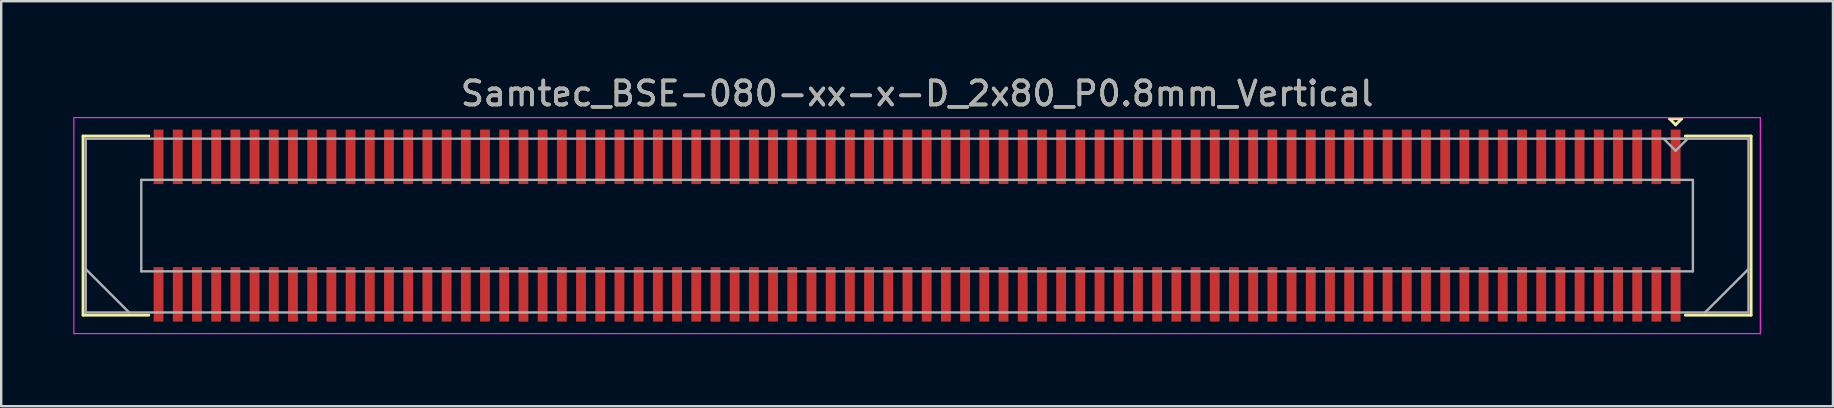
<source format=kicad_pcb>
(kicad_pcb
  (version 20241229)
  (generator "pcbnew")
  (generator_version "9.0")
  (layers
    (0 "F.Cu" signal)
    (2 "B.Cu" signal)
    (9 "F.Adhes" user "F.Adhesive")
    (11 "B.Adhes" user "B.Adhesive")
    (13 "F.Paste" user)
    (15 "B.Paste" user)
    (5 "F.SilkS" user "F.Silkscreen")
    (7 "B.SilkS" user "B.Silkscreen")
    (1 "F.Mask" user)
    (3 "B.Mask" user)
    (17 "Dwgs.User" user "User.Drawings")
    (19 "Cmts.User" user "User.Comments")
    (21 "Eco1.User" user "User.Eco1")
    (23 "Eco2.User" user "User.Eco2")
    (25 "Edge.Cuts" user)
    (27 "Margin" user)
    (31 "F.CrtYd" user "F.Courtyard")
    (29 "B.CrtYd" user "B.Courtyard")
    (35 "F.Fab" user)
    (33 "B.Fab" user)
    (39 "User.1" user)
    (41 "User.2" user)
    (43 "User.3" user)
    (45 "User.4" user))
  (footprint "Samtec_BSE-080-xx-x-D_2x80_P0.8mm_Vertical"
    (layer "F.Cu")
    (at 35.155 6.348)
    (property "Reference" "Samtec_BSE-080-xx-x-D_2x80_P0.8mm_Vertical" (at 0 -5.5 0) (layer "F.SilkS") (effects (font (size 1 1) (thickness 0.15))))
    (attr smd)
    (fp_line (start -34.745 -3.73) (end -32.005 -3.73) (stroke (width 0.12) (type solid)) (layer "F.SilkS"))
    (fp_line (start -34.745 3.73) (end -34.745 -3.73) (stroke (width 0.12) (type solid)) (layer "F.SilkS"))
    (fp_line (start -32.005 3.73) (end -34.745 3.73) (stroke (width 0.12) (type solid)) (layer "F.SilkS"))
    (fp_line (start 31.35 -4.45) (end 31.85 -4.45) (stroke (width 0.12) (type solid)) (layer "F.SilkS"))
    (fp_line (start 31.6 -4.2) (end 31.35 -4.45) (stroke (width 0.12) (type solid)) (layer "F.SilkS"))
    (fp_line (start 31.85 -4.45) (end 31.6 -4.2) (stroke (width 0.12) (type solid)) (layer "F.SilkS"))
    (fp_line (start 32.005 3.73) (end 34.745 3.73) (stroke (width 0.12) (type solid)) (layer "F.SilkS"))
    (fp_line (start 34.745 -3.73) (end 32.005 -3.73) (stroke (width 0.12) (type solid)) (layer "F.SilkS"))
    (fp_line (start 34.745 3.73) (end 34.745 -3.73) (stroke (width 0.12) (type solid)) (layer "F.SilkS"))
    (fp_line (start -35.13 -4.5) (end -35.13 4.5) (stroke (width 0.05) (type solid)) (layer "F.CrtYd"))
    (fp_line (start -35.13 4.5) (end 35.13 4.5) (stroke (width 0.05) (type solid)) (layer "F.CrtYd"))
    (fp_line (start 35.13 -4.5) (end -35.13 -4.5) (stroke (width 0.05) (type solid)) (layer "F.CrtYd"))
    (fp_line (start 35.13 4.5) (end 35.13 -4.5) (stroke (width 0.05) (type solid)) (layer "F.CrtYd"))
    (fp_line (start -34.635 -3.62) (end -34.635 3.62) (stroke (width 0.1) (type solid)) (layer "F.Fab"))
    (fp_line (start -34.635 1.81) (end -32.825 3.62) (stroke (width 0.1) (type solid)) (layer "F.Fab"))
    (fp_line (start -34.635 3.62) (end 34.635 3.62) (stroke (width 0.1) (type solid)) (layer "F.Fab"))
    (fp_line (start -32.32 -1.905) (end -32.32 1.905) (stroke (width 0.1) (type solid)) (layer "F.Fab"))
    (fp_line (start -32.32 1.905) (end 32.32 1.905) (stroke (width 0.1) (type solid)) (layer "F.Fab"))
    (fp_line (start 31.6 -3.12) (end 31.1 -3.62) (stroke (width 0.1) (type solid)) (layer "F.Fab"))
    (fp_line (start 32.1 -3.62) (end 31.6 -3.12) (stroke (width 0.1) (type solid)) (layer "F.Fab"))
    (fp_line (start 32.32 -1.905) (end -32.32 -1.905) (stroke (width 0.1) (type solid)) (layer "F.Fab"))
    (fp_line (start 32.32 1.905) (end 32.32 -1.905) (stroke (width 0.1) (type solid)) (layer "F.Fab"))
    (fp_line (start 34.635 -3.62) (end -34.635 -3.62) (stroke (width 0.1) (type solid)) (layer "F.Fab"))
    (fp_line (start 34.635 1.81) (end 32.825 3.62) (stroke (width 0.1) (type solid)) (layer "F.Fab"))
    (fp_line (start 34.635 3.62) (end 34.635 -3.62) (stroke (width 0.1) (type solid)) (layer "F.Fab"))
    (fp_text user "${REFERENCE}" (at 0 -5.5 0) (layer "F.Fab") (effects (font (size 1 1) (thickness 0.15))))
    (pad "1" smd rect (at 31.6 -2.865) (size 0.41 2.27) (layers "F.Cu" "F.Mask" "F.Paste"))
    (pad "2" smd rect (at 31.6 2.865) (size 0.41 2.27) (layers "F.Cu" "F.Mask" "F.Paste"))
    (pad "3" smd rect (at 30.8 -2.865) (size 0.41 2.27) (layers "F.Cu" "F.Mask" "F.Paste"))
    (pad "4" smd rect (at 30.8 2.865) (size 0.41 2.27) (layers "F.Cu" "F.Mask" "F.Paste"))
    (pad "5" smd rect (at 30 -2.865) (size 0.41 2.27) (layers "F.Cu" "F.Mask" "F.Paste"))
    (pad "6" smd rect (at 30 2.865) (size 0.41 2.27) (layers "F.Cu" "F.Mask" "F.Paste"))
    (pad "7" smd rect (at 29.2 -2.865) (size 0.41 2.27) (layers "F.Cu" "F.Mask" "F.Paste"))
    (pad "8" smd rect (at 29.2 2.865) (size 0.41 2.27) (layers "F.Cu" "F.Mask" "F.Paste"))
    (pad "9" smd rect (at 28.4 -2.865) (size 0.41 2.27) (layers "F.Cu" "F.Mask" "F.Paste"))
    (pad "10" smd rect (at 28.4 2.865) (size 0.41 2.27) (layers "F.Cu" "F.Mask" "F.Paste"))
    (pad "11" smd rect (at 27.6 -2.865) (size 0.41 2.27) (layers "F.Cu" "F.Mask" "F.Paste"))
    (pad "12" smd rect (at 27.6 2.865) (size 0.41 2.27) (layers "F.Cu" "F.Mask" "F.Paste"))
    (pad "13" smd rect (at 26.8 -2.865) (size 0.41 2.27) (layers "F.Cu" "F.Mask" "F.Paste"))
    (pad "14" smd rect (at 26.8 2.865) (size 0.41 2.27) (layers "F.Cu" "F.Mask" "F.Paste"))
    (pad "15" smd rect (at 26 -2.865) (size 0.41 2.27) (layers "F.Cu" "F.Mask" "F.Paste"))
    (pad "16" smd rect (at 26 2.865) (size 0.41 2.27) (layers "F.Cu" "F.Mask" "F.Paste"))
    (pad "17" smd rect (at 25.2 -2.865) (size 0.41 2.27) (layers "F.Cu" "F.Mask" "F.Paste"))
    (pad "18" smd rect (at 25.2 2.865) (size 0.41 2.27) (layers "F.Cu" "F.Mask" "F.Paste"))
    (pad "19" smd rect (at 24.4 -2.865) (size 0.41 2.27) (layers "F.Cu" "F.Mask" "F.Paste"))
    (pad "20" smd rect (at 24.4 2.865) (size 0.41 2.27) (layers "F.Cu" "F.Mask" "F.Paste"))
    (pad "21" smd rect (at 23.6 -2.865) (size 0.41 2.27) (layers "F.Cu" "F.Mask" "F.Paste"))
    (pad "22" smd rect (at 23.6 2.865) (size 0.41 2.27) (layers "F.Cu" "F.Mask" "F.Paste"))
    (pad "23" smd rect (at 22.8 -2.865) (size 0.41 2.27) (layers "F.Cu" "F.Mask" "F.Paste"))
    (pad "24" smd rect (at 22.8 2.865) (size 0.41 2.27) (layers "F.Cu" "F.Mask" "F.Paste"))
    (pad "25" smd rect (at 22 -2.865) (size 0.41 2.27) (layers "F.Cu" "F.Mask" "F.Paste"))
    (pad "26" smd rect (at 22 2.865) (size 0.41 2.27) (layers "F.Cu" "F.Mask" "F.Paste"))
    (pad "27" smd rect (at 21.2 -2.865) (size 0.41 2.27) (layers "F.Cu" "F.Mask" "F.Paste"))
    (pad "28" smd rect (at 21.2 2.865) (size 0.41 2.27) (layers "F.Cu" "F.Mask" "F.Paste"))
    (pad "29" smd rect (at 20.4 -2.865) (size 0.41 2.27) (layers "F.Cu" "F.Mask" "F.Paste"))
    (pad "30" smd rect (at 20.4 2.865) (size 0.41 2.27) (layers "F.Cu" "F.Mask" "F.Paste"))
    (pad "31" smd rect (at 19.6 -2.865) (size 0.41 2.27) (layers "F.Cu" "F.Mask" "F.Paste"))
    (pad "32" smd rect (at 19.6 2.865) (size 0.41 2.27) (layers "F.Cu" "F.Mask" "F.Paste"))
    (pad "33" smd rect (at 18.8 -2.865) (size 0.41 2.27) (layers "F.Cu" "F.Mask" "F.Paste"))
    (pad "34" smd rect (at 18.8 2.865) (size 0.41 2.27) (layers "F.Cu" "F.Mask" "F.Paste"))
    (pad "35" smd rect (at 18 -2.865) (size 0.41 2.27) (layers "F.Cu" "F.Mask" "F.Paste"))
    (pad "36" smd rect (at 18 2.865) (size 0.41 2.27) (layers "F.Cu" "F.Mask" "F.Paste"))
    (pad "37" smd rect (at 17.2 -2.865) (size 0.41 2.27) (layers "F.Cu" "F.Mask" "F.Paste"))
    (pad "38" smd rect (at 17.2 2.865) (size 0.41 2.27) (layers "F.Cu" "F.Mask" "F.Paste"))
    (pad "39" smd rect (at 16.4 -2.865) (size 0.41 2.27) (layers "F.Cu" "F.Mask" "F.Paste"))
    (pad "40" smd rect (at 16.4 2.865) (size 0.41 2.27) (layers "F.Cu" "F.Mask" "F.Paste"))
    (pad "41" smd rect (at 15.6 -2.865) (size 0.41 2.27) (layers "F.Cu" "F.Mask" "F.Paste"))
    (pad "42" smd rect (at 15.6 2.865) (size 0.41 2.27) (layers "F.Cu" "F.Mask" "F.Paste"))
    (pad "43" smd rect (at 14.8 -2.865) (size 0.41 2.27) (layers "F.Cu" "F.Mask" "F.Paste"))
    (pad "44" smd rect (at 14.8 2.865) (size 0.41 2.27) (layers "F.Cu" "F.Mask" "F.Paste"))
    (pad "45" smd rect (at 14 -2.865) (size 0.41 2.27) (layers "F.Cu" "F.Mask" "F.Paste"))
    (pad "46" smd rect (at 14 2.865) (size 0.41 2.27) (layers "F.Cu" "F.Mask" "F.Paste"))
    (pad "47" smd rect (at 13.2 -2.865) (size 0.41 2.27) (layers "F.Cu" "F.Mask" "F.Paste"))
    (pad "48" smd rect (at 13.2 2.865) (size 0.41 2.27) (layers "F.Cu" "F.Mask" "F.Paste"))
    (pad "49" smd rect (at 12.4 -2.865) (size 0.41 2.27) (layers "F.Cu" "F.Mask" "F.Paste"))
    (pad "50" smd rect (at 12.4 2.865) (size 0.41 2.27) (layers "F.Cu" "F.Mask" "F.Paste"))
    (pad "51" smd rect (at 11.6 -2.865) (size 0.41 2.27) (layers "F.Cu" "F.Mask" "F.Paste"))
    (pad "52" smd rect (at 11.6 2.865) (size 0.41 2.27) (layers "F.Cu" "F.Mask" "F.Paste"))
    (pad "53" smd rect (at 10.8 -2.865) (size 0.41 2.27) (layers "F.Cu" "F.Mask" "F.Paste"))
    (pad "54" smd rect (at 10.8 2.865) (size 0.41 2.27) (layers "F.Cu" "F.Mask" "F.Paste"))
    (pad "55" smd rect (at 10 -2.865) (size 0.41 2.27) (layers "F.Cu" "F.Mask" "F.Paste"))
    (pad "56" smd rect (at 10 2.865) (size 0.41 2.27) (layers "F.Cu" "F.Mask" "F.Paste"))
    (pad "57" smd rect (at 9.2 -2.865) (size 0.41 2.27) (layers "F.Cu" "F.Mask" "F.Paste"))
    (pad "58" smd rect (at 9.2 2.865) (size 0.41 2.27) (layers "F.Cu" "F.Mask" "F.Paste"))
    (pad "59" smd rect (at 8.4 -2.865) (size 0.41 2.27) (layers "F.Cu" "F.Mask" "F.Paste"))
    (pad "60" smd rect (at 8.4 2.865) (size 0.41 2.27) (layers "F.Cu" "F.Mask" "F.Paste"))
    (pad "61" smd rect (at 7.6 -2.865) (size 0.41 2.27) (layers "F.Cu" "F.Mask" "F.Paste"))
    (pad "62" smd rect (at 7.6 2.865) (size 0.41 2.27) (layers "F.Cu" "F.Mask" "F.Paste"))
    (pad "63" smd rect (at 6.8 -2.865) (size 0.41 2.27) (layers "F.Cu" "F.Mask" "F.Paste"))
    (pad "64" smd rect (at 6.8 2.865) (size 0.41 2.27) (layers "F.Cu" "F.Mask" "F.Paste"))
    (pad "65" smd rect (at 6 -2.865) (size 0.41 2.27) (layers "F.Cu" "F.Mask" "F.Paste"))
    (pad "66" smd rect (at 6 2.865) (size 0.41 2.27) (layers "F.Cu" "F.Mask" "F.Paste"))
    (pad "67" smd rect (at 5.2 -2.865) (size 0.41 2.27) (layers "F.Cu" "F.Mask" "F.Paste"))
    (pad "68" smd rect (at 5.2 2.865) (size 0.41 2.27) (layers "F.Cu" "F.Mask" "F.Paste"))
    (pad "69" smd rect (at 4.4 -2.865) (size 0.41 2.27) (layers "F.Cu" "F.Mask" "F.Paste"))
    (pad "70" smd rect (at 4.4 2.865) (size 0.41 2.27) (layers "F.Cu" "F.Mask" "F.Paste"))
    (pad "71" smd rect (at 3.6 -2.865) (size 0.41 2.27) (layers "F.Cu" "F.Mask" "F.Paste"))
    (pad "72" smd rect (at 3.6 2.865) (size 0.41 2.27) (layers "F.Cu" "F.Mask" "F.Paste"))
    (pad "73" smd rect (at 2.8 -2.865) (size 0.41 2.27) (layers "F.Cu" "F.Mask" "F.Paste"))
    (pad "74" smd rect (at 2.8 2.865) (size 0.41 2.27) (layers "F.Cu" "F.Mask" "F.Paste"))
    (pad "75" smd rect (at 2 -2.865) (size 0.41 2.27) (layers "F.Cu" "F.Mask" "F.Paste"))
    (pad "76" smd rect (at 2 2.865) (size 0.41 2.27) (layers "F.Cu" "F.Mask" "F.Paste"))
    (pad "77" smd rect (at 1.2 -2.865) (size 0.41 2.27) (layers "F.Cu" "F.Mask" "F.Paste"))
    (pad "78" smd rect (at 1.2 2.865) (size 0.41 2.27) (layers "F.Cu" "F.Mask" "F.Paste"))
    (pad "79" smd rect (at 0.4 -2.865) (size 0.41 2.27) (layers "F.Cu" "F.Mask" "F.Paste"))
    (pad "80" smd rect (at 0.4 2.865) (size 0.41 2.27) (layers "F.Cu" "F.Mask" "F.Paste"))
    (pad "81" smd rect (at -0.4 -2.865) (size 0.41 2.27) (layers "F.Cu" "F.Mask" "F.Paste"))
    (pad "82" smd rect (at -0.4 2.865) (size 0.41 2.27) (layers "F.Cu" "F.Mask" "F.Paste"))
    (pad "83" smd rect (at -1.2 -2.865) (size 0.41 2.27) (layers "F.Cu" "F.Mask" "F.Paste"))
    (pad "84" smd rect (at -1.2 2.865) (size 0.41 2.27) (layers "F.Cu" "F.Mask" "F.Paste"))
    (pad "85" smd rect (at -2 -2.865) (size 0.41 2.27) (layers "F.Cu" "F.Mask" "F.Paste"))
    (pad "86" smd rect (at -2 2.865) (size 0.41 2.27) (layers "F.Cu" "F.Mask" "F.Paste"))
    (pad "87" smd rect (at -2.8 -2.865) (size 0.41 2.27) (layers "F.Cu" "F.Mask" "F.Paste"))
    (pad "88" smd rect (at -2.8 2.865) (size 0.41 2.27) (layers "F.Cu" "F.Mask" "F.Paste"))
    (pad "89" smd rect (at -3.6 -2.865) (size 0.41 2.27) (layers "F.Cu" "F.Mask" "F.Paste"))
    (pad "90" smd rect (at -3.6 2.865) (size 0.41 2.27) (layers "F.Cu" "F.Mask" "F.Paste"))
    (pad "91" smd rect (at -4.4 -2.865) (size 0.41 2.27) (layers "F.Cu" "F.Mask" "F.Paste"))
    (pad "92" smd rect (at -4.4 2.865) (size 0.41 2.27) (layers "F.Cu" "F.Mask" "F.Paste"))
    (pad "93" smd rect (at -5.2 -2.865) (size 0.41 2.27) (layers "F.Cu" "F.Mask" "F.Paste"))
    (pad "94" smd rect (at -5.2 2.865) (size 0.41 2.27) (layers "F.Cu" "F.Mask" "F.Paste"))
    (pad "95" smd rect (at -6 -2.865) (size 0.41 2.27) (layers "F.Cu" "F.Mask" "F.Paste"))
    (pad "96" smd rect (at -6 2.865) (size 0.41 2.27) (layers "F.Cu" "F.Mask" "F.Paste"))
    (pad "97" smd rect (at -6.8 -2.865) (size 0.41 2.27) (layers "F.Cu" "F.Mask" "F.Paste"))
    (pad "98" smd rect (at -6.8 2.865) (size 0.41 2.27) (layers "F.Cu" "F.Mask" "F.Paste"))
    (pad "99" smd rect (at -7.6 -2.865) (size 0.41 2.27) (layers "F.Cu" "F.Mask" "F.Paste"))
    (pad "100" smd rect (at -7.6 2.865) (size 0.41 2.27) (layers "F.Cu" "F.Mask" "F.Paste"))
    (pad "101" smd rect (at -8.4 -2.865) (size 0.41 2.27) (layers "F.Cu" "F.Mask" "F.Paste"))
    (pad "102" smd rect (at -8.4 2.865) (size 0.41 2.27) (layers "F.Cu" "F.Mask" "F.Paste"))
    (pad "103" smd rect (at -9.2 -2.865) (size 0.41 2.27) (layers "F.Cu" "F.Mask" "F.Paste"))
    (pad "104" smd rect (at -9.2 2.865) (size 0.41 2.27) (layers "F.Cu" "F.Mask" "F.Paste"))
    (pad "105" smd rect (at -10 -2.865) (size 0.41 2.27) (layers "F.Cu" "F.Mask" "F.Paste"))
    (pad "106" smd rect (at -10 2.865) (size 0.41 2.27) (layers "F.Cu" "F.Mask" "F.Paste"))
    (pad "107" smd rect (at -10.8 -2.865) (size 0.41 2.27) (layers "F.Cu" "F.Mask" "F.Paste"))
    (pad "108" smd rect (at -10.8 2.865) (size 0.41 2.27) (layers "F.Cu" "F.Mask" "F.Paste"))
    (pad "109" smd rect (at -11.6 -2.865) (size 0.41 2.27) (layers "F.Cu" "F.Mask" "F.Paste"))
    (pad "110" smd rect (at -11.6 2.865) (size 0.41 2.27) (layers "F.Cu" "F.Mask" "F.Paste"))
    (pad "111" smd rect (at -12.4 -2.865) (size 0.41 2.27) (layers "F.Cu" "F.Mask" "F.Paste"))
    (pad "112" smd rect (at -12.4 2.865) (size 0.41 2.27) (layers "F.Cu" "F.Mask" "F.Paste"))
    (pad "113" smd rect (at -13.2 -2.865) (size 0.41 2.27) (layers "F.Cu" "F.Mask" "F.Paste"))
    (pad "114" smd rect (at -13.2 2.865) (size 0.41 2.27) (layers "F.Cu" "F.Mask" "F.Paste"))
    (pad "115" smd rect (at -14 -2.865) (size 0.41 2.27) (layers "F.Cu" "F.Mask" "F.Paste"))
    (pad "116" smd rect (at -14 2.865) (size 0.41 2.27) (layers "F.Cu" "F.Mask" "F.Paste"))
    (pad "117" smd rect (at -14.8 -2.865) (size 0.41 2.27) (layers "F.Cu" "F.Mask" "F.Paste"))
    (pad "118" smd rect (at -14.8 2.865) (size 0.41 2.27) (layers "F.Cu" "F.Mask" "F.Paste"))
    (pad "119" smd rect (at -15.6 -2.865) (size 0.41 2.27) (layers "F.Cu" "F.Mask" "F.Paste"))
    (pad "120" smd rect (at -15.6 2.865) (size 0.41 2.27) (layers "F.Cu" "F.Mask" "F.Paste"))
    (pad "121" smd rect (at -16.4 -2.865) (size 0.41 2.27) (layers "F.Cu" "F.Mask" "F.Paste"))
    (pad "122" smd rect (at -16.4 2.865) (size 0.41 2.27) (layers "F.Cu" "F.Mask" "F.Paste"))
    (pad "123" smd rect (at -17.2 -2.865) (size 0.41 2.27) (layers "F.Cu" "F.Mask" "F.Paste"))
    (pad "124" smd rect (at -17.2 2.865) (size 0.41 2.27) (layers "F.Cu" "F.Mask" "F.Paste"))
    (pad "125" smd rect (at -18 -2.865) (size 0.41 2.27) (layers "F.Cu" "F.Mask" "F.Paste"))
    (pad "126" smd rect (at -18 2.865) (size 0.41 2.27) (layers "F.Cu" "F.Mask" "F.Paste"))
    (pad "127" smd rect (at -18.8 -2.865) (size 0.41 2.27) (layers "F.Cu" "F.Mask" "F.Paste"))
    (pad "128" smd rect (at -18.8 2.865) (size 0.41 2.27) (layers "F.Cu" "F.Mask" "F.Paste"))
    (pad "129" smd rect (at -19.6 -2.865) (size 0.41 2.27) (layers "F.Cu" "F.Mask" "F.Paste"))
    (pad "130" smd rect (at -19.6 2.865) (size 0.41 2.27) (layers "F.Cu" "F.Mask" "F.Paste"))
    (pad "131" smd rect (at -20.4 -2.865) (size 0.41 2.27) (layers "F.Cu" "F.Mask" "F.Paste"))
    (pad "132" smd rect (at -20.4 2.865) (size 0.41 2.27) (layers "F.Cu" "F.Mask" "F.Paste"))
    (pad "133" smd rect (at -21.2 -2.865) (size 0.41 2.27) (layers "F.Cu" "F.Mask" "F.Paste"))
    (pad "134" smd rect (at -21.2 2.865) (size 0.41 2.27) (layers "F.Cu" "F.Mask" "F.Paste"))
    (pad "135" smd rect (at -22 -2.865) (size 0.41 2.27) (layers "F.Cu" "F.Mask" "F.Paste"))
    (pad "136" smd rect (at -22 2.865) (size 0.41 2.27) (layers "F.Cu" "F.Mask" "F.Paste"))
    (pad "137" smd rect (at -22.8 -2.865) (size 0.41 2.27) (layers "F.Cu" "F.Mask" "F.Paste"))
    (pad "138" smd rect (at -22.8 2.865) (size 0.41 2.27) (layers "F.Cu" "F.Mask" "F.Paste"))
    (pad "139" smd rect (at -23.6 -2.865) (size 0.41 2.27) (layers "F.Cu" "F.Mask" "F.Paste"))
    (pad "140" smd rect (at -23.6 2.865) (size 0.41 2.27) (layers "F.Cu" "F.Mask" "F.Paste"))
    (pad "141" smd rect (at -24.4 -2.865) (size 0.41 2.27) (layers "F.Cu" "F.Mask" "F.Paste"))
    (pad "142" smd rect (at -24.4 2.865) (size 0.41 2.27) (layers "F.Cu" "F.Mask" "F.Paste"))
    (pad "143" smd rect (at -25.2 -2.865) (size 0.41 2.27) (layers "F.Cu" "F.Mask" "F.Paste"))
    (pad "144" smd rect (at -25.2 2.865) (size 0.41 2.27) (layers "F.Cu" "F.Mask" "F.Paste"))
    (pad "145" smd rect (at -26 -2.865) (size 0.41 2.27) (layers "F.Cu" "F.Mask" "F.Paste"))
    (pad "146" smd rect (at -26 2.865) (size 0.41 2.27) (layers "F.Cu" "F.Mask" "F.Paste"))
    (pad "147" smd rect (at -26.8 -2.865) (size 0.41 2.27) (layers "F.Cu" "F.Mask" "F.Paste"))
    (pad "148" smd rect (at -26.8 2.865) (size 0.41 2.27) (layers "F.Cu" "F.Mask" "F.Paste"))
    (pad "149" smd rect (at -27.6 -2.865) (size 0.41 2.27) (layers "F.Cu" "F.Mask" "F.Paste"))
    (pad "150" smd rect (at -27.6 2.865) (size 0.41 2.27) (layers "F.Cu" "F.Mask" "F.Paste"))
    (pad "151" smd rect (at -28.4 -2.865) (size 0.41 2.27) (layers "F.Cu" "F.Mask" "F.Paste"))
    (pad "152" smd rect (at -28.4 2.865) (size 0.41 2.27) (layers "F.Cu" "F.Mask" "F.Paste"))
    (pad "153" smd rect (at -29.2 -2.865) (size 0.41 2.27) (layers "F.Cu" "F.Mask" "F.Paste"))
    (pad "154" smd rect (at -29.2 2.865) (size 0.41 2.27) (layers "F.Cu" "F.Mask" "F.Paste"))
    (pad "155" smd rect (at -30 -2.865) (size 0.41 2.27) (layers "F.Cu" "F.Mask" "F.Paste"))
    (pad "156" smd rect (at -30 2.865) (size 0.41 2.27) (layers "F.Cu" "F.Mask" "F.Paste"))
    (pad "157" smd rect (at -30.8 -2.865) (size 0.41 2.27) (layers "F.Cu" "F.Mask" "F.Paste"))
    (pad "158" smd rect (at -30.8 2.865) (size 0.41 2.27) (layers "F.Cu" "F.Mask" "F.Paste"))
    (pad "159" smd rect (at -31.6 -2.865) (size 0.41 2.27) (layers "F.Cu" "F.Mask" "F.Paste"))
    (pad "160" smd rect (at -31.6 2.865) (size 0.41 2.27) (layers "F.Cu" "F.Mask" "F.Paste")))
  (gr_rect
    (start -3 -3)
    (end 73.31 13.873)
    (stroke (width 0.1) (type default))
    (fill no)
    (layer "Edge.Cuts")))
</source>
